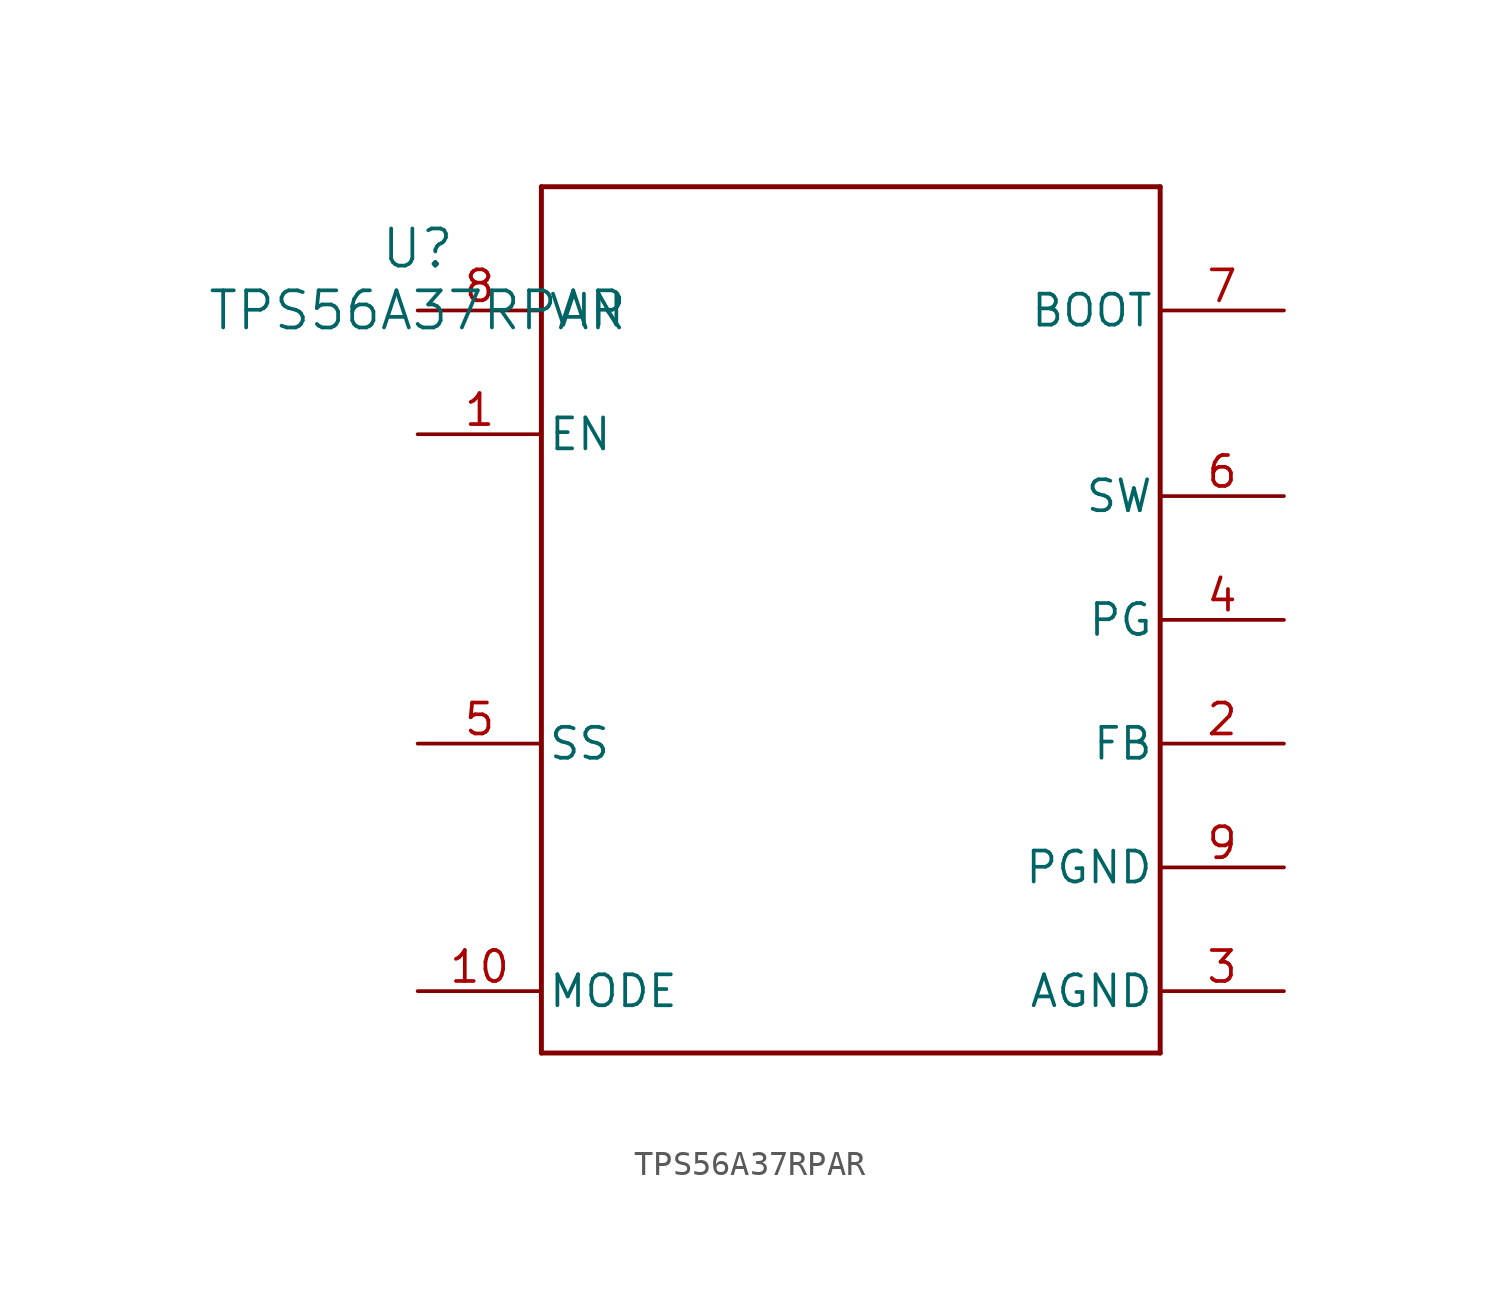
<source format=kicad_sym>
(kicad_symbol_lib
  (version 20211014)
  (generator kicad_symbol_editor)
  (symbol "TPS56A37RPAR"
    (pin_names
      (offset 0.254))
    (property "Reference" "U"
      (at 0 2.54 0)
      (effects (font (size 1.524 1.524))))
    (property "Value" "TPS56A37RPAR"
      (at 0 0 0)
      (effects (font (size 1.524 1.524))))
    (symbol "TPS56A37RPAR_0_1"
      (polyline (pts (xy 5.08 -30.48) (xy 30.48 -30.48)) (stroke (width 0.203) (type default) (color 0 0 0 0)) (fill (type none)))
      (polyline (pts (xy 30.48 -30.48) (xy 30.48 5.08)) (stroke (width 0.203) (type default) (color 0 0 0 0)) (fill (type none)))
      (polyline (pts (xy 30.48 5.08) (xy 5.08 5.08)) (stroke (width 0.203) (type default) (color 0 0 0 0)) (fill (type none)))
      (polyline (pts (xy 5.08 5.08) (xy 5.08 -30.48)) (stroke (width 0.203) (type default) (color 0 0 0 0)) (fill (type none)))
      (pin input line (at 0 -5.08 0) (length 5.08) (name "EN" (effects (font (size 1.27 1.27)))) (number "1" (effects (font (size 1.27 1.27)))))
      (pin unspecified line (at 35.56 -17.78 180) (length 5.08) (name "FB" (effects (font (size 1.27 1.27)))) (number "2" (effects (font (size 1.27 1.27)))))
      (pin power_in line (at 35.56 -27.94 180) (length 5.08) (name "AGND" (effects (font (size 1.27 1.27)))) (number "3" (effects (font (size 1.27 1.27)))))
      (pin open_collector line (at 35.56 -12.7 180) (length 5.08) (name "PG" (effects (font (size 1.27 1.27)))) (number "4" (effects (font (size 1.27 1.27)))))
      (pin unspecified line (at 0 -17.78 0) (length 5.08) (name "SS" (effects (font (size 1.27 1.27)))) (number "5" (effects (font (size 1.27 1.27)))))
      (pin unspecified line (at 35.56 -7.62 180) (length 5.08) (name "SW" (effects (font (size 1.27 1.27)))) (number "6" (effects (font (size 1.27 1.27)))))
      (pin unspecified line (at 35.56 0 180) (length 5.08) (name "BOOT" (effects (font (size 1.27 1.27)))) (number "7" (effects (font (size 1.27 1.27)))))
      (pin power_in line (at 0 0 0) (length 5.08) (name "VIN" (effects (font (size 1.27 1.27)))) (number "8" (effects (font (size 1.27 1.27)))))
      (pin power_in line (at 35.56 -22.86 180) (length 5.08) (name "PGND" (effects (font (size 1.27 1.27)))) (number "9" (effects (font (size 1.27 1.27)))))
      (pin unspecified line (at 0 -27.94 0) (length 5.08) (name "MODE" (effects (font (size 1.27 1.27)))) (number "10" (effects (font (size 1.27 1.27))))))))
</source>
